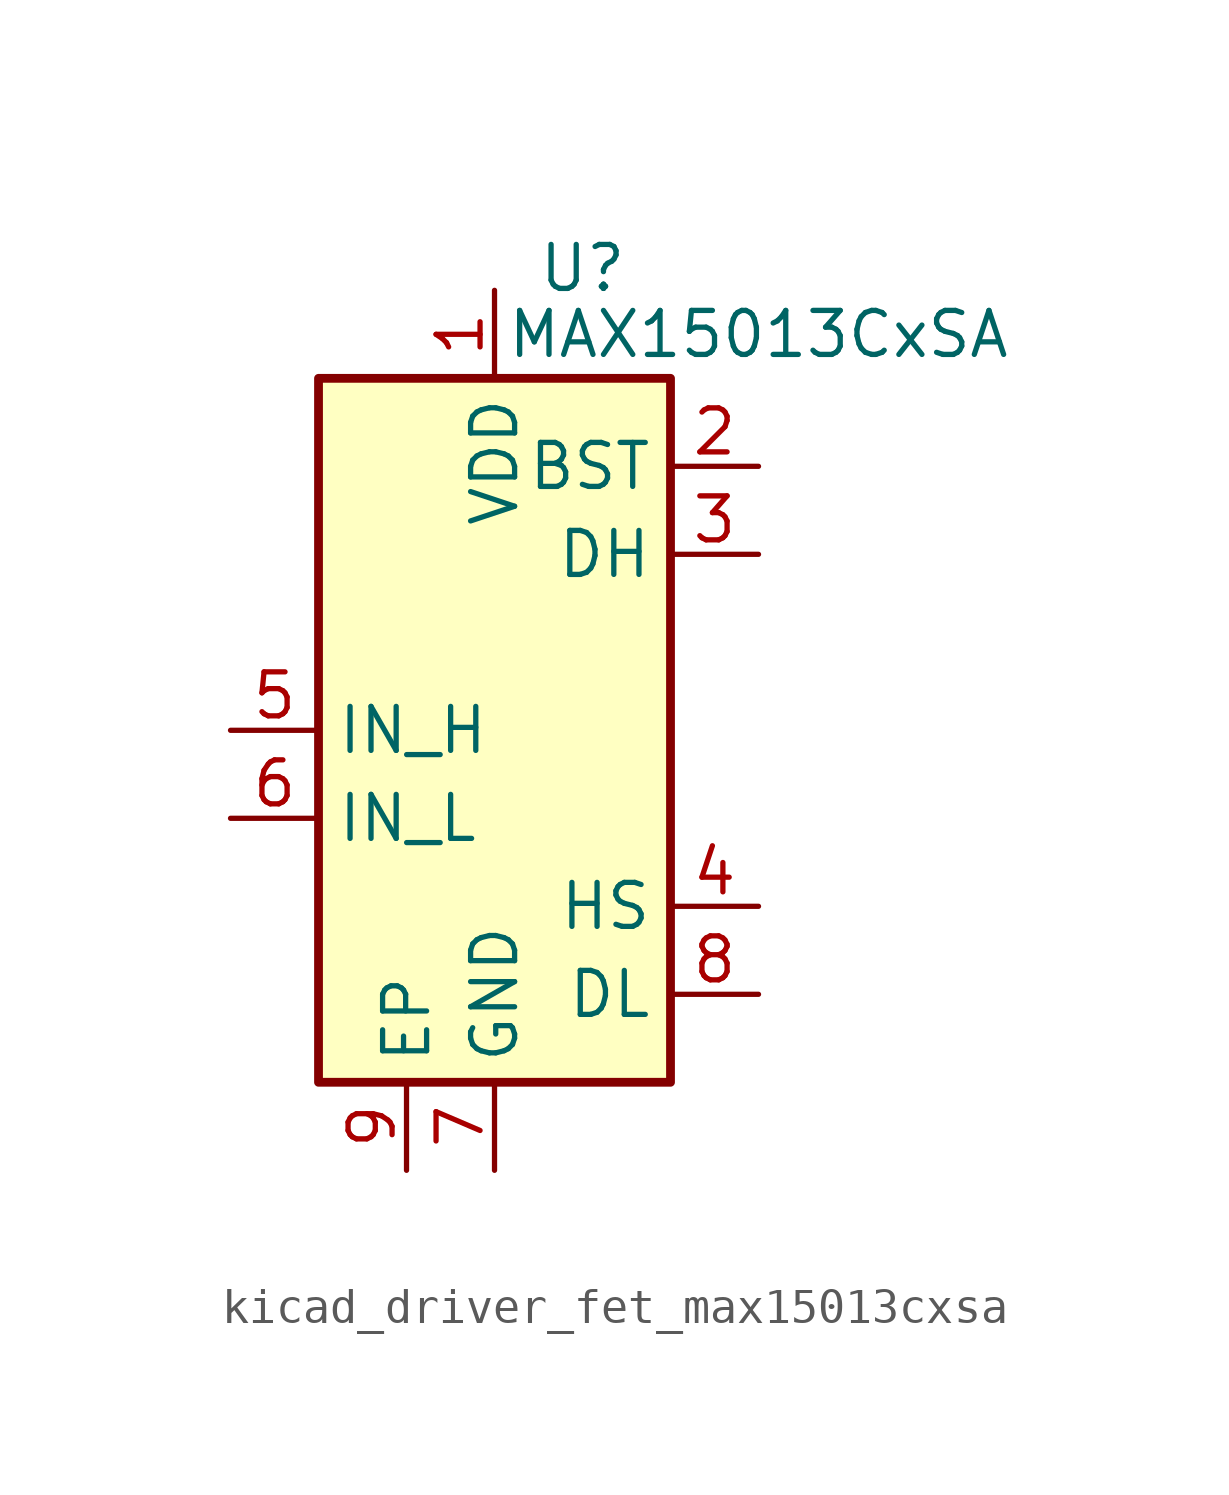
<source format=kicad_sym>
(kicad_symbol_lib
  (version 20220914)
  (generator kicad_symbol_editor)
  (symbol "kicad_driver_fet_max15013cxsa"
    (property "Reference" "U"
      (at 2.54 13.335 0)
      (effects (font (size 1.27 1.27))))
    (property "Value" "MAX15013CxSA"
      (at 7.62 11.43 0)
      (effects (font (size 1.27 1.27))))
    (symbol "kicad_driver_fet_max15013cxsa_0_1"
      (rectangle (start -5.08 -10.16) (end 5.08 10.16) (stroke (width 0.254) (type default)) (fill (type background))))
    (symbol "kicad_driver_fet_max15013cxsa_1_1"
      (pin power_in line (at 0 12.7 270) (length 2.54) (name "VDD" (effects (font (size 1.27 1.27)))) (number "1" (effects (font (size 1.27 1.27)))))
      (pin power_in line (at 7.62 7.62 180) (length 2.54) (name "BST" (effects (font (size 1.27 1.27)))) (number "2" (effects (font (size 1.27 1.27)))))
      (pin output line (at 7.62 5.08 180) (length 2.54) (name "DH" (effects (font (size 1.27 1.27)))) (number "3" (effects (font (size 1.27 1.27)))))
      (pin passive line (at 7.62 -5.08 180) (length 2.54) (name "HS" (effects (font (size 1.27 1.27)))) (number "4" (effects (font (size 1.27 1.27)))))
      (pin input line (at -7.62 0 0) (length 2.54) (name "IN_H" (effects (font (size 1.27 1.27)))) (number "5" (effects (font (size 1.27 1.27)))))
      (pin input line (at -7.62 -2.54 0) (length 2.54) (name "IN_L" (effects (font (size 1.27 1.27)))) (number "6" (effects (font (size 1.27 1.27)))))
      (pin power_in line (at 0 -12.7 90) (length 2.54) (name "GND" (effects (font (size 1.27 1.27)))) (number "7" (effects (font (size 1.27 1.27)))))
      (pin output line (at 7.62 -7.62 180) (length 2.54) (name "DL" (effects (font (size 1.27 1.27)))) (number "8" (effects (font (size 1.27 1.27)))))
      (pin output line (at -2.54 -12.7 90) (length 2.54) (name "EP" (effects (font (size 1.27 1.27)))) (number "9" (effects (font (size 1.27 1.27))))))))
</source>
